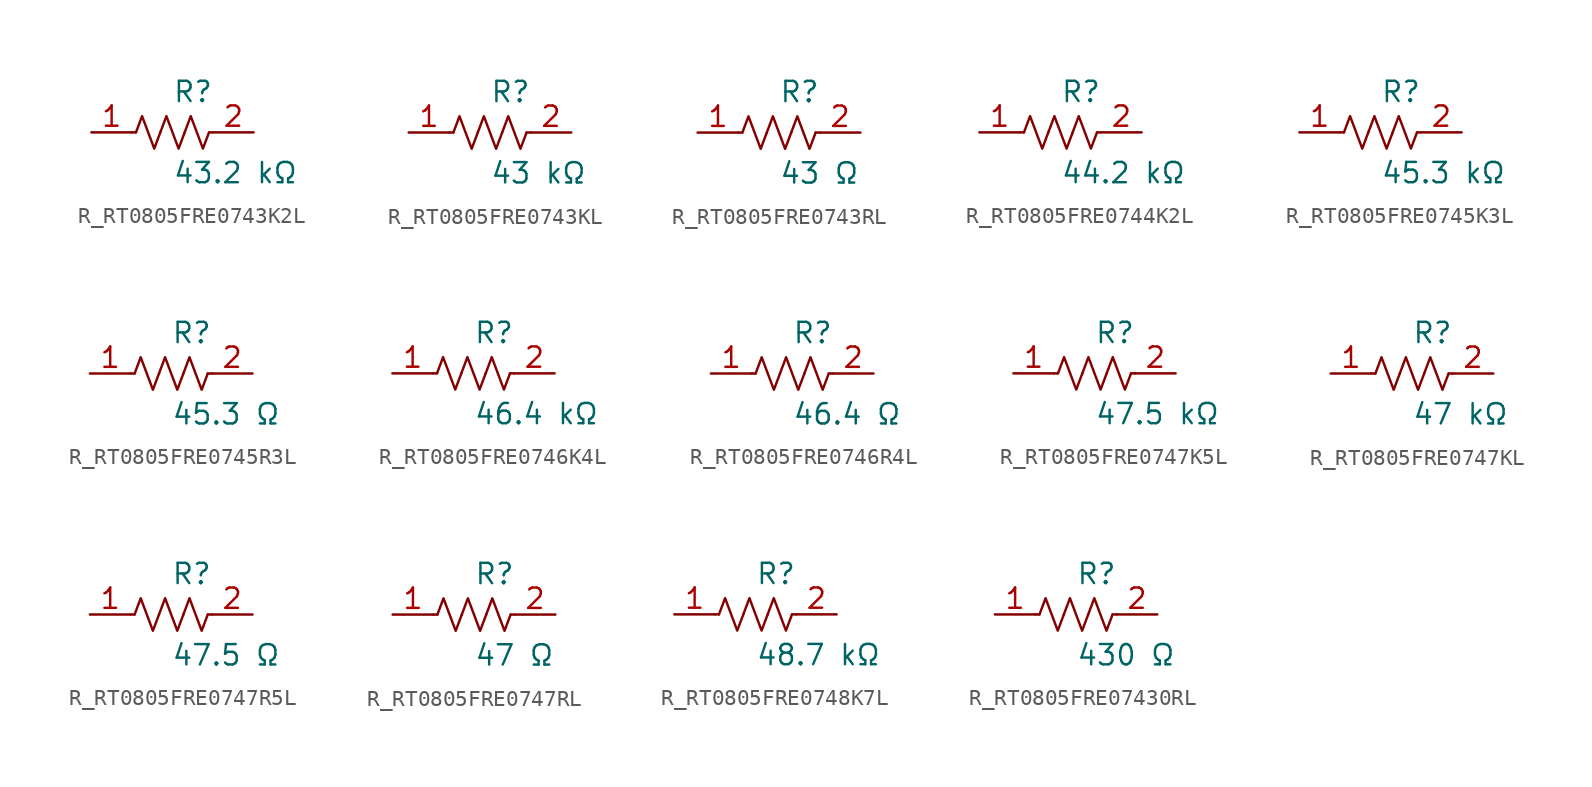
<source format=kicad_sym>
(kicad_symbol_lib
  (version 20231120)
  (generator kicad_symbol_editor)
  (generator_version 8.0)
  (symbol "R_RT0805FRE0743K2L"
    (pin_names
      (offset 0.254))
    (property "Reference" "R"
      (at 0 2.54 0)
      (effects (font (size 1.27 1.27)) (justify left)))
    (property "Value" "43.2 kΩ"
      (at 0 -2.54 0)
      (effects (font (size 1.27 1.27)) (justify left)))
    (symbol "R_RT0805FRE0743K2L_0_1"
      (polyline (pts (xy 2.286 0) (xy 2.54 0)) (stroke (width 0) (type default)) (fill (type none)))
      (polyline (pts (xy -2.286 0) (xy -2.54 0)) (stroke (width 0) (type default)) (fill (type none)))
      (polyline (pts (xy 0.762 0) (xy 1.143 1.016) (xy 1.524 0) (xy 1.905 -1.016) (xy 2.286 0)) (stroke (width 0) (type default)) (fill (type none)))
      (polyline (pts (xy -0.762 0) (xy -0.381 1.016) (xy 0 0) (xy 0.381 -1.016) (xy 0.762 0)) (stroke (width 0) (type default)) (fill (type none)))
      (polyline (pts (xy -2.286 0) (xy -1.905 1.016) (xy -1.524 0) (xy -1.143 -1.016) (xy -0.762 0)) (stroke (width 0) (type default)) (fill (type none))))
    (pin passive line
      (at -5.08 0 0)
      (length 2.54)
      (name "" (effects (font (size 1.27 1.27))))
      (number "1" (effects (font (size 1.27 1.27)))))
    (pin passive line
      (at 5.08 0 180)
      (length 2.54)
      (name "" (effects (font (size 1.27 1.27))))
      (number "2" (effects (font (size 1.27 1.27))))))
  (symbol "R_RT0805FRE0743KL"
    (pin_names
      (offset 0.254))
    (property "Reference" "R"
      (at 0 2.54 0)
      (effects (font (size 1.27 1.27)) (justify left)))
    (property "Value" "43 kΩ"
      (at 0 -2.54 0)
      (effects (font (size 1.27 1.27)) (justify left)))
    (symbol "R_RT0805FRE0743KL_0_1"
      (polyline (pts (xy 2.286 0) (xy 2.54 0)) (stroke (width 0) (type default)) (fill (type none)))
      (polyline (pts (xy -2.286 0) (xy -2.54 0)) (stroke (width 0) (type default)) (fill (type none)))
      (polyline (pts (xy 0.762 0) (xy 1.143 1.016) (xy 1.524 0) (xy 1.905 -1.016) (xy 2.286 0)) (stroke (width 0) (type default)) (fill (type none)))
      (polyline (pts (xy -0.762 0) (xy -0.381 1.016) (xy 0 0) (xy 0.381 -1.016) (xy 0.762 0)) (stroke (width 0) (type default)) (fill (type none)))
      (polyline (pts (xy -2.286 0) (xy -1.905 1.016) (xy -1.524 0) (xy -1.143 -1.016) (xy -0.762 0)) (stroke (width 0) (type default)) (fill (type none))))
    (pin passive line
      (at -5.08 0 0)
      (length 2.54)
      (name "" (effects (font (size 1.27 1.27))))
      (number "1" (effects (font (size 1.27 1.27)))))
    (pin passive line
      (at 5.08 0 180)
      (length 2.54)
      (name "" (effects (font (size 1.27 1.27))))
      (number "2" (effects (font (size 1.27 1.27))))))
  (symbol "R_RT0805FRE0743RL"
    (pin_names
      (offset 0.254))
    (property "Reference" "R"
      (at 0 2.54 0)
      (effects (font (size 1.27 1.27)) (justify left)))
    (property "Value" "43 Ω"
      (at 0 -2.54 0)
      (effects (font (size 1.27 1.27)) (justify left)))
    (symbol "R_RT0805FRE0743RL_0_1"
      (polyline (pts (xy 2.286 0) (xy 2.54 0)) (stroke (width 0) (type default)) (fill (type none)))
      (polyline (pts (xy -2.286 0) (xy -2.54 0)) (stroke (width 0) (type default)) (fill (type none)))
      (polyline (pts (xy 0.762 0) (xy 1.143 1.016) (xy 1.524 0) (xy 1.905 -1.016) (xy 2.286 0)) (stroke (width 0) (type default)) (fill (type none)))
      (polyline (pts (xy -0.762 0) (xy -0.381 1.016) (xy 0 0) (xy 0.381 -1.016) (xy 0.762 0)) (stroke (width 0) (type default)) (fill (type none)))
      (polyline (pts (xy -2.286 0) (xy -1.905 1.016) (xy -1.524 0) (xy -1.143 -1.016) (xy -0.762 0)) (stroke (width 0) (type default)) (fill (type none))))
    (pin passive line
      (at -5.08 0 0)
      (length 2.54)
      (name "" (effects (font (size 1.27 1.27))))
      (number "1" (effects (font (size 1.27 1.27)))))
    (pin passive line
      (at 5.08 0 180)
      (length 2.54)
      (name "" (effects (font (size 1.27 1.27))))
      (number "2" (effects (font (size 1.27 1.27))))))
  (symbol "R_RT0805FRE0744K2L"
    (pin_names
      (offset 0.254))
    (property "Reference" "R"
      (at 0 2.54 0)
      (effects (font (size 1.27 1.27)) (justify left)))
    (property "Value" "44.2 kΩ"
      (at 0 -2.54 0)
      (effects (font (size 1.27 1.27)) (justify left)))
    (symbol "R_RT0805FRE0744K2L_0_1"
      (polyline (pts (xy 2.286 0) (xy 2.54 0)) (stroke (width 0) (type default)) (fill (type none)))
      (polyline (pts (xy -2.286 0) (xy -2.54 0)) (stroke (width 0) (type default)) (fill (type none)))
      (polyline (pts (xy 0.762 0) (xy 1.143 1.016) (xy 1.524 0) (xy 1.905 -1.016) (xy 2.286 0)) (stroke (width 0) (type default)) (fill (type none)))
      (polyline (pts (xy -0.762 0) (xy -0.381 1.016) (xy 0 0) (xy 0.381 -1.016) (xy 0.762 0)) (stroke (width 0) (type default)) (fill (type none)))
      (polyline (pts (xy -2.286 0) (xy -1.905 1.016) (xy -1.524 0) (xy -1.143 -1.016) (xy -0.762 0)) (stroke (width 0) (type default)) (fill (type none))))
    (pin passive line
      (at -5.08 0 0)
      (length 2.54)
      (name "" (effects (font (size 1.27 1.27))))
      (number "1" (effects (font (size 1.27 1.27)))))
    (pin passive line
      (at 5.08 0 180)
      (length 2.54)
      (name "" (effects (font (size 1.27 1.27))))
      (number "2" (effects (font (size 1.27 1.27))))))
  (symbol "R_RT0805FRE0745K3L"
    (pin_names
      (offset 0.254))
    (property "Reference" "R"
      (at 0 2.54 0)
      (effects (font (size 1.27 1.27)) (justify left)))
    (property "Value" "45.3 kΩ"
      (at 0 -2.54 0)
      (effects (font (size 1.27 1.27)) (justify left)))
    (symbol "R_RT0805FRE0745K3L_0_1"
      (polyline (pts (xy 2.286 0) (xy 2.54 0)) (stroke (width 0) (type default)) (fill (type none)))
      (polyline (pts (xy -2.286 0) (xy -2.54 0)) (stroke (width 0) (type default)) (fill (type none)))
      (polyline (pts (xy 0.762 0) (xy 1.143 1.016) (xy 1.524 0) (xy 1.905 -1.016) (xy 2.286 0)) (stroke (width 0) (type default)) (fill (type none)))
      (polyline (pts (xy -0.762 0) (xy -0.381 1.016) (xy 0 0) (xy 0.381 -1.016) (xy 0.762 0)) (stroke (width 0) (type default)) (fill (type none)))
      (polyline (pts (xy -2.286 0) (xy -1.905 1.016) (xy -1.524 0) (xy -1.143 -1.016) (xy -0.762 0)) (stroke (width 0) (type default)) (fill (type none))))
    (pin passive line
      (at -5.08 0 0)
      (length 2.54)
      (name "" (effects (font (size 1.27 1.27))))
      (number "1" (effects (font (size 1.27 1.27)))))
    (pin passive line
      (at 5.08 0 180)
      (length 2.54)
      (name "" (effects (font (size 1.27 1.27))))
      (number "2" (effects (font (size 1.27 1.27))))))
  (symbol "R_RT0805FRE0745R3L"
    (pin_names
      (offset 0.254))
    (property "Reference" "R"
      (at 0 2.54 0)
      (effects (font (size 1.27 1.27)) (justify left)))
    (property "Value" "45.3 Ω"
      (at 0 -2.54 0)
      (effects (font (size 1.27 1.27)) (justify left)))
    (symbol "R_RT0805FRE0745R3L_0_1"
      (polyline (pts (xy 2.286 0) (xy 2.54 0)) (stroke (width 0) (type default)) (fill (type none)))
      (polyline (pts (xy -2.286 0) (xy -2.54 0)) (stroke (width 0) (type default)) (fill (type none)))
      (polyline (pts (xy 0.762 0) (xy 1.143 1.016) (xy 1.524 0) (xy 1.905 -1.016) (xy 2.286 0)) (stroke (width 0) (type default)) (fill (type none)))
      (polyline (pts (xy -0.762 0) (xy -0.381 1.016) (xy 0 0) (xy 0.381 -1.016) (xy 0.762 0)) (stroke (width 0) (type default)) (fill (type none)))
      (polyline (pts (xy -2.286 0) (xy -1.905 1.016) (xy -1.524 0) (xy -1.143 -1.016) (xy -0.762 0)) (stroke (width 0) (type default)) (fill (type none))))
    (pin passive line
      (at -5.08 0 0)
      (length 2.54)
      (name "" (effects (font (size 1.27 1.27))))
      (number "1" (effects (font (size 1.27 1.27)))))
    (pin passive line
      (at 5.08 0 180)
      (length 2.54)
      (name "" (effects (font (size 1.27 1.27))))
      (number "2" (effects (font (size 1.27 1.27))))))
  (symbol "R_RT0805FRE0746K4L"
    (pin_names
      (offset 0.254))
    (property "Reference" "R"
      (at 0 2.54 0)
      (effects (font (size 1.27 1.27)) (justify left)))
    (property "Value" "46.4 kΩ"
      (at 0 -2.54 0)
      (effects (font (size 1.27 1.27)) (justify left)))
    (symbol "R_RT0805FRE0746K4L_0_1"
      (polyline (pts (xy 2.286 0) (xy 2.54 0)) (stroke (width 0) (type default)) (fill (type none)))
      (polyline (pts (xy -2.286 0) (xy -2.54 0)) (stroke (width 0) (type default)) (fill (type none)))
      (polyline (pts (xy 0.762 0) (xy 1.143 1.016) (xy 1.524 0) (xy 1.905 -1.016) (xy 2.286 0)) (stroke (width 0) (type default)) (fill (type none)))
      (polyline (pts (xy -0.762 0) (xy -0.381 1.016) (xy 0 0) (xy 0.381 -1.016) (xy 0.762 0)) (stroke (width 0) (type default)) (fill (type none)))
      (polyline (pts (xy -2.286 0) (xy -1.905 1.016) (xy -1.524 0) (xy -1.143 -1.016) (xy -0.762 0)) (stroke (width 0) (type default)) (fill (type none))))
    (pin passive line
      (at -5.08 0 0)
      (length 2.54)
      (name "" (effects (font (size 1.27 1.27))))
      (number "1" (effects (font (size 1.27 1.27)))))
    (pin passive line
      (at 5.08 0 180)
      (length 2.54)
      (name "" (effects (font (size 1.27 1.27))))
      (number "2" (effects (font (size 1.27 1.27))))))
  (symbol "R_RT0805FRE0746R4L"
    (pin_names
      (offset 0.254))
    (property "Reference" "R"
      (at 0 2.54 0)
      (effects (font (size 1.27 1.27)) (justify left)))
    (property "Value" "46.4 Ω"
      (at 0 -2.54 0)
      (effects (font (size 1.27 1.27)) (justify left)))
    (symbol "R_RT0805FRE0746R4L_0_1"
      (polyline (pts (xy 2.286 0) (xy 2.54 0)) (stroke (width 0) (type default)) (fill (type none)))
      (polyline (pts (xy -2.286 0) (xy -2.54 0)) (stroke (width 0) (type default)) (fill (type none)))
      (polyline (pts (xy 0.762 0) (xy 1.143 1.016) (xy 1.524 0) (xy 1.905 -1.016) (xy 2.286 0)) (stroke (width 0) (type default)) (fill (type none)))
      (polyline (pts (xy -0.762 0) (xy -0.381 1.016) (xy 0 0) (xy 0.381 -1.016) (xy 0.762 0)) (stroke (width 0) (type default)) (fill (type none)))
      (polyline (pts (xy -2.286 0) (xy -1.905 1.016) (xy -1.524 0) (xy -1.143 -1.016) (xy -0.762 0)) (stroke (width 0) (type default)) (fill (type none))))
    (pin passive line
      (at -5.08 0 0)
      (length 2.54)
      (name "" (effects (font (size 1.27 1.27))))
      (number "1" (effects (font (size 1.27 1.27)))))
    (pin passive line
      (at 5.08 0 180)
      (length 2.54)
      (name "" (effects (font (size 1.27 1.27))))
      (number "2" (effects (font (size 1.27 1.27))))))
  (symbol "R_RT0805FRE0747K5L"
    (pin_names
      (offset 0.254))
    (property "Reference" "R"
      (at 0 2.54 0)
      (effects (font (size 1.27 1.27)) (justify left)))
    (property "Value" "47.5 kΩ"
      (at 0 -2.54 0)
      (effects (font (size 1.27 1.27)) (justify left)))
    (symbol "R_RT0805FRE0747K5L_0_1"
      (polyline (pts (xy 2.286 0) (xy 2.54 0)) (stroke (width 0) (type default)) (fill (type none)))
      (polyline (pts (xy -2.286 0) (xy -2.54 0)) (stroke (width 0) (type default)) (fill (type none)))
      (polyline (pts (xy 0.762 0) (xy 1.143 1.016) (xy 1.524 0) (xy 1.905 -1.016) (xy 2.286 0)) (stroke (width 0) (type default)) (fill (type none)))
      (polyline (pts (xy -0.762 0) (xy -0.381 1.016) (xy 0 0) (xy 0.381 -1.016) (xy 0.762 0)) (stroke (width 0) (type default)) (fill (type none)))
      (polyline (pts (xy -2.286 0) (xy -1.905 1.016) (xy -1.524 0) (xy -1.143 -1.016) (xy -0.762 0)) (stroke (width 0) (type default)) (fill (type none))))
    (pin passive line
      (at -5.08 0 0)
      (length 2.54)
      (name "" (effects (font (size 1.27 1.27))))
      (number "1" (effects (font (size 1.27 1.27)))))
    (pin passive line
      (at 5.08 0 180)
      (length 2.54)
      (name "" (effects (font (size 1.27 1.27))))
      (number "2" (effects (font (size 1.27 1.27))))))
  (symbol "R_RT0805FRE0747KL"
    (pin_names
      (offset 0.254))
    (property "Reference" "R"
      (at 0 2.54 0)
      (effects (font (size 1.27 1.27)) (justify left)))
    (property "Value" "47 kΩ"
      (at 0 -2.54 0)
      (effects (font (size 1.27 1.27)) (justify left)))
    (symbol "R_RT0805FRE0747KL_0_1"
      (polyline (pts (xy 2.286 0) (xy 2.54 0)) (stroke (width 0) (type default)) (fill (type none)))
      (polyline (pts (xy -2.286 0) (xy -2.54 0)) (stroke (width 0) (type default)) (fill (type none)))
      (polyline (pts (xy 0.762 0) (xy 1.143 1.016) (xy 1.524 0) (xy 1.905 -1.016) (xy 2.286 0)) (stroke (width 0) (type default)) (fill (type none)))
      (polyline (pts (xy -0.762 0) (xy -0.381 1.016) (xy 0 0) (xy 0.381 -1.016) (xy 0.762 0)) (stroke (width 0) (type default)) (fill (type none)))
      (polyline (pts (xy -2.286 0) (xy -1.905 1.016) (xy -1.524 0) (xy -1.143 -1.016) (xy -0.762 0)) (stroke (width 0) (type default)) (fill (type none))))
    (pin passive line
      (at -5.08 0 0)
      (length 2.54)
      (name "" (effects (font (size 1.27 1.27))))
      (number "1" (effects (font (size 1.27 1.27)))))
    (pin passive line
      (at 5.08 0 180)
      (length 2.54)
      (name "" (effects (font (size 1.27 1.27))))
      (number "2" (effects (font (size 1.27 1.27))))))
  (symbol "R_RT0805FRE0747R5L"
    (pin_names
      (offset 0.254))
    (property "Reference" "R"
      (at 0 2.54 0)
      (effects (font (size 1.27 1.27)) (justify left)))
    (property "Value" "47.5 Ω"
      (at 0 -2.54 0)
      (effects (font (size 1.27 1.27)) (justify left)))
    (symbol "R_RT0805FRE0747R5L_0_1"
      (polyline (pts (xy 2.286 0) (xy 2.54 0)) (stroke (width 0) (type default)) (fill (type none)))
      (polyline (pts (xy -2.286 0) (xy -2.54 0)) (stroke (width 0) (type default)) (fill (type none)))
      (polyline (pts (xy 0.762 0) (xy 1.143 1.016) (xy 1.524 0) (xy 1.905 -1.016) (xy 2.286 0)) (stroke (width 0) (type default)) (fill (type none)))
      (polyline (pts (xy -0.762 0) (xy -0.381 1.016) (xy 0 0) (xy 0.381 -1.016) (xy 0.762 0)) (stroke (width 0) (type default)) (fill (type none)))
      (polyline (pts (xy -2.286 0) (xy -1.905 1.016) (xy -1.524 0) (xy -1.143 -1.016) (xy -0.762 0)) (stroke (width 0) (type default)) (fill (type none))))
    (pin passive line
      (at -5.08 0 0)
      (length 2.54)
      (name "" (effects (font (size 1.27 1.27))))
      (number "1" (effects (font (size 1.27 1.27)))))
    (pin passive line
      (at 5.08 0 180)
      (length 2.54)
      (name "" (effects (font (size 1.27 1.27))))
      (number "2" (effects (font (size 1.27 1.27))))))
  (symbol "R_RT0805FRE0747RL"
    (pin_names
      (offset 0.254))
    (property "Reference" "R"
      (at 0 2.54 0)
      (effects (font (size 1.27 1.27)) (justify left)))
    (property "Value" "47 Ω"
      (at 0 -2.54 0)
      (effects (font (size 1.27 1.27)) (justify left)))
    (symbol "R_RT0805FRE0747RL_0_1"
      (polyline (pts (xy 2.286 0) (xy 2.54 0)) (stroke (width 0) (type default)) (fill (type none)))
      (polyline (pts (xy -2.286 0) (xy -2.54 0)) (stroke (width 0) (type default)) (fill (type none)))
      (polyline (pts (xy 0.762 0) (xy 1.143 1.016) (xy 1.524 0) (xy 1.905 -1.016) (xy 2.286 0)) (stroke (width 0) (type default)) (fill (type none)))
      (polyline (pts (xy -0.762 0) (xy -0.381 1.016) (xy 0 0) (xy 0.381 -1.016) (xy 0.762 0)) (stroke (width 0) (type default)) (fill (type none)))
      (polyline (pts (xy -2.286 0) (xy -1.905 1.016) (xy -1.524 0) (xy -1.143 -1.016) (xy -0.762 0)) (stroke (width 0) (type default)) (fill (type none))))
    (pin passive line
      (at -5.08 0 0)
      (length 2.54)
      (name "" (effects (font (size 1.27 1.27))))
      (number "1" (effects (font (size 1.27 1.27)))))
    (pin passive line
      (at 5.08 0 180)
      (length 2.54)
      (name "" (effects (font (size 1.27 1.27))))
      (number "2" (effects (font (size 1.27 1.27))))))
  (symbol "R_RT0805FRE0748K7L"
    (pin_names
      (offset 0.254))
    (property "Reference" "R"
      (at 0 2.54 0)
      (effects (font (size 1.27 1.27)) (justify left)))
    (property "Value" "48.7 kΩ"
      (at 0 -2.54 0)
      (effects (font (size 1.27 1.27)) (justify left)))
    (symbol "R_RT0805FRE0748K7L_0_1"
      (polyline (pts (xy 2.286 0) (xy 2.54 0)) (stroke (width 0) (type default)) (fill (type none)))
      (polyline (pts (xy -2.286 0) (xy -2.54 0)) (stroke (width 0) (type default)) (fill (type none)))
      (polyline (pts (xy 0.762 0) (xy 1.143 1.016) (xy 1.524 0) (xy 1.905 -1.016) (xy 2.286 0)) (stroke (width 0) (type default)) (fill (type none)))
      (polyline (pts (xy -0.762 0) (xy -0.381 1.016) (xy 0 0) (xy 0.381 -1.016) (xy 0.762 0)) (stroke (width 0) (type default)) (fill (type none)))
      (polyline (pts (xy -2.286 0) (xy -1.905 1.016) (xy -1.524 0) (xy -1.143 -1.016) (xy -0.762 0)) (stroke (width 0) (type default)) (fill (type none))))
    (pin passive line
      (at -5.08 0 0)
      (length 2.54)
      (name "" (effects (font (size 1.27 1.27))))
      (number "1" (effects (font (size 1.27 1.27)))))
    (pin passive line
      (at 5.08 0 180)
      (length 2.54)
      (name "" (effects (font (size 1.27 1.27))))
      (number "2" (effects (font (size 1.27 1.27))))))
  (symbol "R_RT0805FRE07430RL"
    (pin_names
      (offset 0.254))
    (property "Reference" "R"
      (at 0 2.54 0)
      (effects (font (size 1.27 1.27)) (justify left)))
    (property "Value" "430 Ω"
      (at 0 -2.54 0)
      (effects (font (size 1.27 1.27)) (justify left)))
    (symbol "R_RT0805FRE07430RL_0_1"
      (polyline (pts (xy 2.286 0) (xy 2.54 0)) (stroke (width 0) (type default)) (fill (type none)))
      (polyline (pts (xy -2.286 0) (xy -2.54 0)) (stroke (width 0) (type default)) (fill (type none)))
      (polyline (pts (xy 0.762 0) (xy 1.143 1.016) (xy 1.524 0) (xy 1.905 -1.016) (xy 2.286 0)) (stroke (width 0) (type default)) (fill (type none)))
      (polyline (pts (xy -0.762 0) (xy -0.381 1.016) (xy 0 0) (xy 0.381 -1.016) (xy 0.762 0)) (stroke (width 0) (type default)) (fill (type none)))
      (polyline (pts (xy -2.286 0) (xy -1.905 1.016) (xy -1.524 0) (xy -1.143 -1.016) (xy -0.762 0)) (stroke (width 0) (type default)) (fill (type none))))
    (pin passive line
      (at -5.08 0 0)
      (length 2.54)
      (name "" (effects (font (size 1.27 1.27))))
      (number "1" (effects (font (size 1.27 1.27)))))
    (pin passive line
      (at 5.08 0 180)
      (length 2.54)
      (name "" (effects (font (size 1.27 1.27))))
      (number "2" (effects (font (size 1.27 1.27)))))))
</source>
